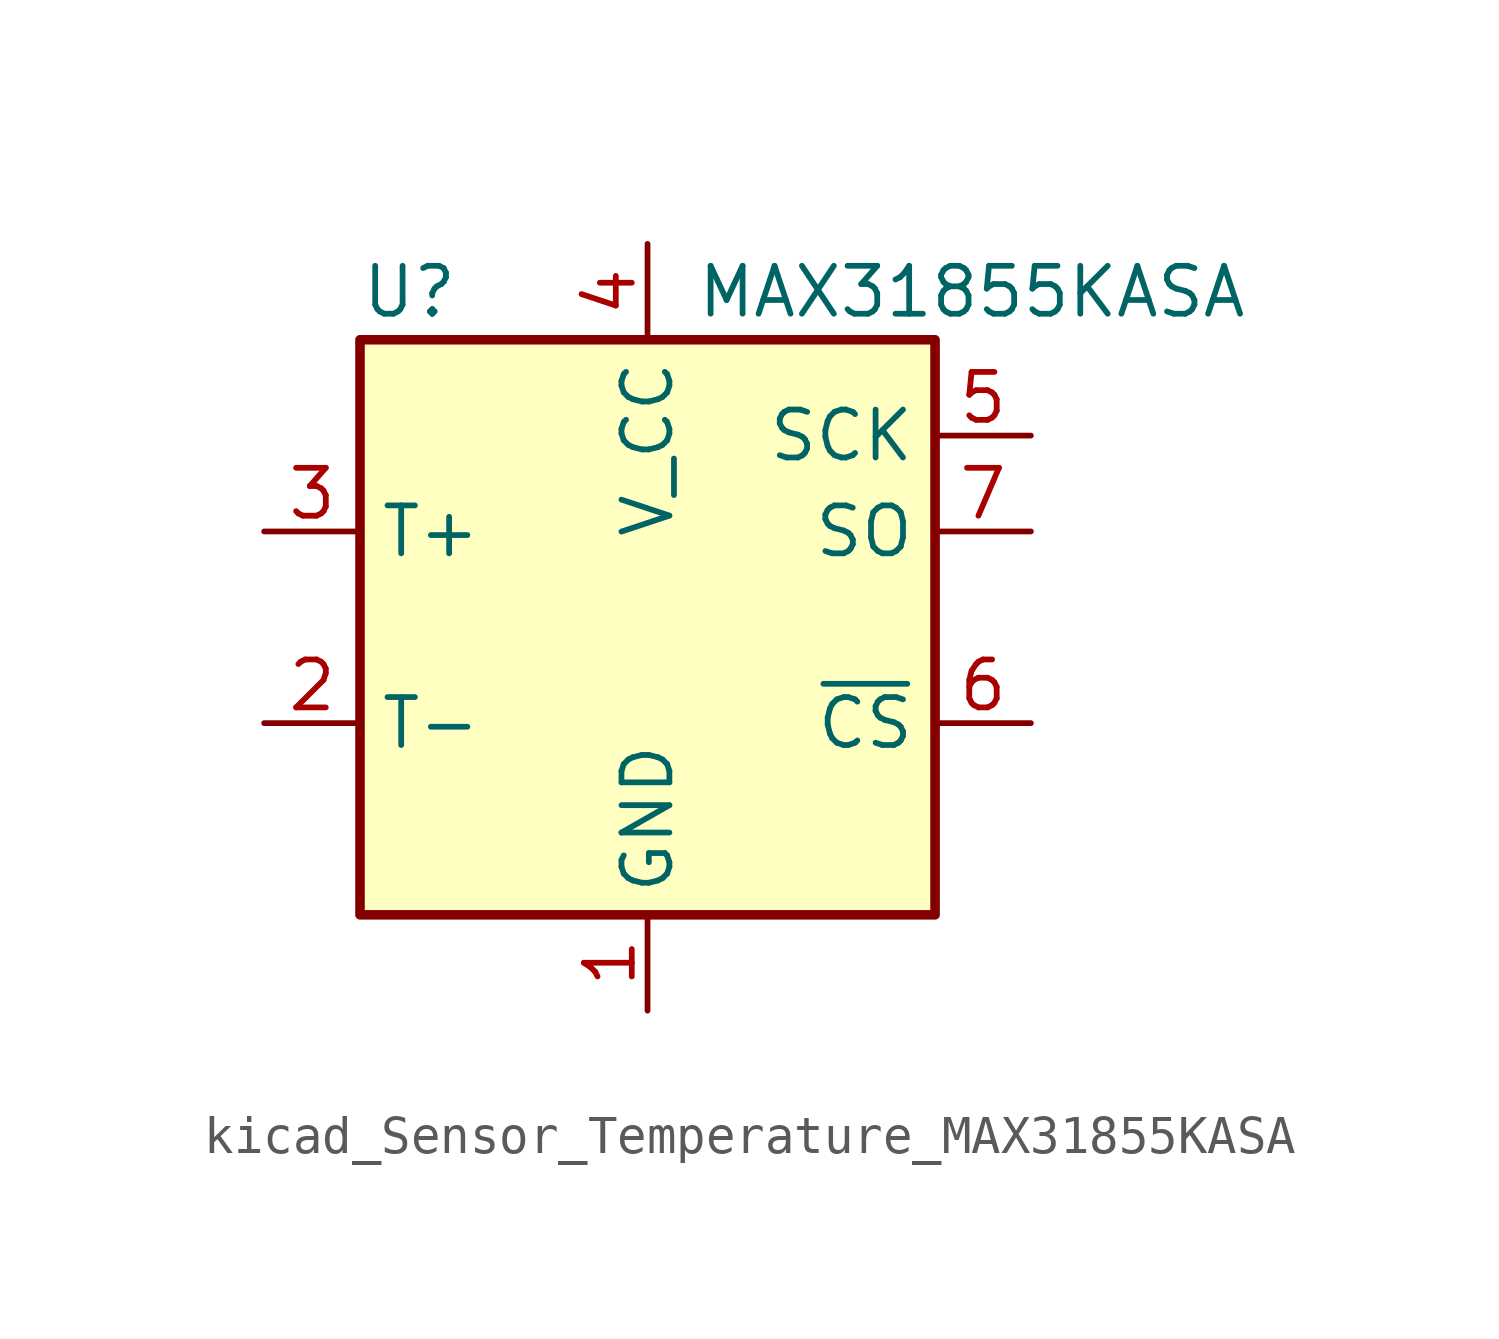
<source format=kicad_sym>
(kicad_symbol_lib
  (version 20220914)
  (generator kicad_symbol_editor)
  (symbol "kicad_Sensor_Temperature_MAX31855KASA"
    (property "Reference" "U"
      (at -7.62 8.89 0)
      (effects (font (size 1.27 1.27)) (justify left)))
    (property "Value" "MAX31855KASA"
      (at 1.27 8.89 0)
      (effects (font (size 1.27 1.27)) (justify left)))
    (symbol "kicad_Sensor_Temperature_MAX31855KASA_0_1"
      (rectangle (start -7.62 7.62) (end 7.62 -7.62) (stroke (width 0.254) (type default)) (fill (type background))))
    (symbol "kicad_Sensor_Temperature_MAX31855KASA_1_1"
      (pin power_in line (at 0 -10.16 90) (length 2.54) (name "GND" (effects (font (size 1.27 1.27)))) (number "1" (effects (font (size 1.27 1.27)))))
      (pin passive line (at -10.16 -2.54 0) (length 2.54) (name "T-" (effects (font (size 1.27 1.27)))) (number "2" (effects (font (size 1.27 1.27)))))
      (pin passive line (at -10.16 2.54 0) (length 2.54) (name "T+" (effects (font (size 1.27 1.27)))) (number "3" (effects (font (size 1.27 1.27)))))
      (pin power_in line (at 0 10.16 270) (length 2.54) (name "V_CC" (effects (font (size 1.27 1.27)))) (number "4" (effects (font (size 1.27 1.27)))))
      (pin input line (at 10.16 5.08 180) (length 2.54) (name "SCK" (effects (font (size 1.27 1.27)))) (number "5" (effects (font (size 1.27 1.27)))))
      (pin input line (at 10.16 -2.54 180) (length 2.54) (name "~{CS}" (effects (font (size 1.27 1.27)))) (number "6" (effects (font (size 1.27 1.27)))))
      (pin tri_state line (at 10.16 2.54 180) (length 2.54) (name "SO" (effects (font (size 1.27 1.27)))) (number "7" (effects (font (size 1.27 1.27))))))))
</source>
